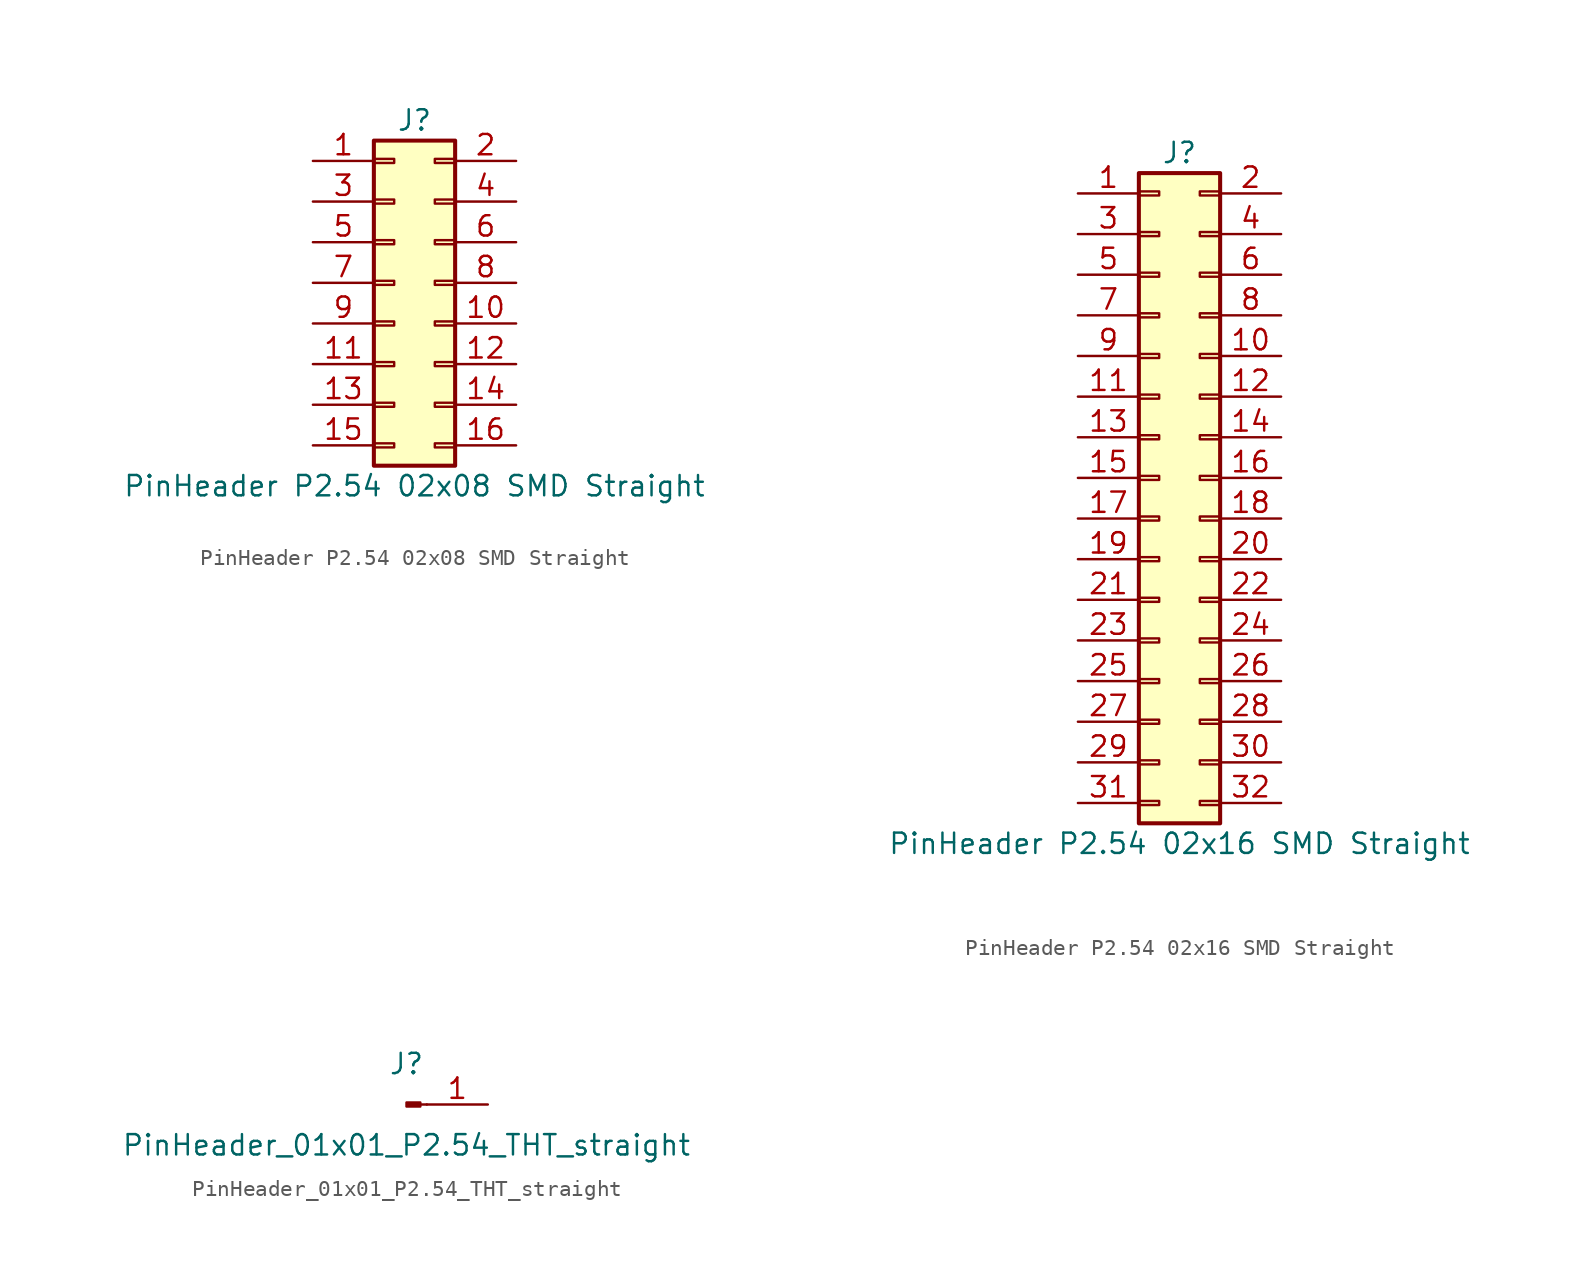
<source format=kicad_sym>
(kicad_symbol_lib
  (version 20231120)
  (generator "kicad_symbol_editor")
  (generator_version "8.0")
  (symbol "PinHeader P2.54 02x08 SMD Straight"
    (pin_names
      (offset 1.016) hide)
    (property "Reference" "J"
      (at 1.27 10.16 0)
      (effects (font (size 1.27 1.27))))
    (property "Value" "PinHeader P2.54 02x08 SMD Straight"
      (at 1.27 -12.7 0)
      (effects (font (size 1.27 1.27))))
    (symbol "PinHeader P2.54 02x08 SMD Straight_1_1"
      (rectangle (start -1.27 -10.033) (end 0 -10.287) (stroke (width 0.152) (type default)) (fill (type none)))
      (rectangle (start -1.27 -7.493) (end 0 -7.747) (stroke (width 0.152) (type default)) (fill (type none)))
      (rectangle (start -1.27 -4.953) (end 0 -5.207) (stroke (width 0.152) (type default)) (fill (type none)))
      (rectangle (start -1.27 -2.413) (end 0 -2.667) (stroke (width 0.152) (type default)) (fill (type none)))
      (rectangle (start -1.27 0.127) (end 0 -0.127) (stroke (width 0.152) (type default)) (fill (type none)))
      (rectangle (start -1.27 2.667) (end 0 2.413) (stroke (width 0.152) (type default)) (fill (type none)))
      (rectangle (start -1.27 5.207) (end 0 4.953) (stroke (width 0.152) (type default)) (fill (type none)))
      (rectangle (start -1.27 7.747) (end 0 7.493) (stroke (width 0.152) (type default)) (fill (type none)))
      (rectangle (start -1.27 8.89) (end 3.81 -11.43) (stroke (width 0.254) (type default)) (fill (type background)))
      (rectangle (start 3.81 -10.033) (end 2.54 -10.287) (stroke (width 0.152) (type default)) (fill (type none)))
      (rectangle (start 3.81 -7.493) (end 2.54 -7.747) (stroke (width 0.152) (type default)) (fill (type none)))
      (rectangle (start 3.81 -4.953) (end 2.54 -5.207) (stroke (width 0.152) (type default)) (fill (type none)))
      (rectangle (start 3.81 -2.413) (end 2.54 -2.667) (stroke (width 0.152) (type default)) (fill (type none)))
      (rectangle (start 3.81 0.127) (end 2.54 -0.127) (stroke (width 0.152) (type default)) (fill (type none)))
      (rectangle (start 3.81 2.667) (end 2.54 2.413) (stroke (width 0.152) (type default)) (fill (type none)))
      (rectangle (start 3.81 5.207) (end 2.54 4.953) (stroke (width 0.152) (type default)) (fill (type none)))
      (rectangle (start 3.81 7.747) (end 2.54 7.493) (stroke (width 0.152) (type default)) (fill (type none)))
      (pin passive line (at -5.08 7.62 0) (length 3.81) (name "Pin_1" (effects (font (size 1.27 1.27)))) (number "1" (effects (font (size 1.27 1.27)))))
      (pin passive line (at 7.62 -2.54 180) (length 3.81) (name "Pin_10" (effects (font (size 1.27 1.27)))) (number "10" (effects (font (size 1.27 1.27)))))
      (pin passive line (at -5.08 -5.08 0) (length 3.81) (name "Pin_11" (effects (font (size 1.27 1.27)))) (number "11" (effects (font (size 1.27 1.27)))))
      (pin passive line (at 7.62 -5.08 180) (length 3.81) (name "Pin_12" (effects (font (size 1.27 1.27)))) (number "12" (effects (font (size 1.27 1.27)))))
      (pin passive line (at -5.08 -7.62 0) (length 3.81) (name "Pin_13" (effects (font (size 1.27 1.27)))) (number "13" (effects (font (size 1.27 1.27)))))
      (pin passive line (at 7.62 -7.62 180) (length 3.81) (name "Pin_14" (effects (font (size 1.27 1.27)))) (number "14" (effects (font (size 1.27 1.27)))))
      (pin passive line (at -5.08 -10.16 0) (length 3.81) (name "Pin_15" (effects (font (size 1.27 1.27)))) (number "15" (effects (font (size 1.27 1.27)))))
      (pin passive line (at 7.62 -10.16 180) (length 3.81) (name "Pin_16" (effects (font (size 1.27 1.27)))) (number "16" (effects (font (size 1.27 1.27)))))
      (pin passive line (at 7.62 7.62 180) (length 3.81) (name "Pin_2" (effects (font (size 1.27 1.27)))) (number "2" (effects (font (size 1.27 1.27)))))
      (pin passive line (at -5.08 5.08 0) (length 3.81) (name "Pin_3" (effects (font (size 1.27 1.27)))) (number "3" (effects (font (size 1.27 1.27)))))
      (pin passive line (at 7.62 5.08 180) (length 3.81) (name "Pin_4" (effects (font (size 1.27 1.27)))) (number "4" (effects (font (size 1.27 1.27)))))
      (pin passive line (at -5.08 2.54 0) (length 3.81) (name "Pin_5" (effects (font (size 1.27 1.27)))) (number "5" (effects (font (size 1.27 1.27)))))
      (pin passive line (at 7.62 2.54 180) (length 3.81) (name "Pin_6" (effects (font (size 1.27 1.27)))) (number "6" (effects (font (size 1.27 1.27)))))
      (pin passive line (at -5.08 0 0) (length 3.81) (name "Pin_7" (effects (font (size 1.27 1.27)))) (number "7" (effects (font (size 1.27 1.27)))))
      (pin passive line (at 7.62 0 180) (length 3.81) (name "Pin_8" (effects (font (size 1.27 1.27)))) (number "8" (effects (font (size 1.27 1.27)))))
      (pin passive line (at -5.08 -2.54 0) (length 3.81) (name "Pin_9" (effects (font (size 1.27 1.27)))) (number "9" (effects (font (size 1.27 1.27)))))))
  (symbol "PinHeader P2.54 02x16 SMD Straight"
    (pin_names
      (offset 1.016) hide)
    (property "Reference" "J"
      (at 1.27 20.32 0)
      (effects (font (size 1.27 1.27))))
    (property "Value" "PinHeader P2.54 02x16 SMD Straight"
      (at 1.27 -22.86 0)
      (effects (font (size 1.27 1.27))))
    (symbol "PinHeader P2.54 02x16 SMD Straight_1_1"
      (rectangle (start -1.27 -20.193) (end 0 -20.447) (stroke (width 0.152) (type default)) (fill (type none)))
      (rectangle (start -1.27 -17.653) (end 0 -17.907) (stroke (width 0.152) (type default)) (fill (type none)))
      (rectangle (start -1.27 -15.113) (end 0 -15.367) (stroke (width 0.152) (type default)) (fill (type none)))
      (rectangle (start -1.27 -12.573) (end 0 -12.827) (stroke (width 0.152) (type default)) (fill (type none)))
      (rectangle (start -1.27 -10.033) (end 0 -10.287) (stroke (width 0.152) (type default)) (fill (type none)))
      (rectangle (start -1.27 -7.493) (end 0 -7.747) (stroke (width 0.152) (type default)) (fill (type none)))
      (rectangle (start -1.27 -4.953) (end 0 -5.207) (stroke (width 0.152) (type default)) (fill (type none)))
      (rectangle (start -1.27 -2.413) (end 0 -2.667) (stroke (width 0.152) (type default)) (fill (type none)))
      (rectangle (start -1.27 0.127) (end 0 -0.127) (stroke (width 0.152) (type default)) (fill (type none)))
      (rectangle (start -1.27 2.667) (end 0 2.413) (stroke (width 0.152) (type default)) (fill (type none)))
      (rectangle (start -1.27 5.207) (end 0 4.953) (stroke (width 0.152) (type default)) (fill (type none)))
      (rectangle (start -1.27 7.747) (end 0 7.493) (stroke (width 0.152) (type default)) (fill (type none)))
      (rectangle (start -1.27 10.287) (end 0 10.033) (stroke (width 0.152) (type default)) (fill (type none)))
      (rectangle (start -1.27 12.827) (end 0 12.573) (stroke (width 0.152) (type default)) (fill (type none)))
      (rectangle (start -1.27 15.367) (end 0 15.113) (stroke (width 0.152) (type default)) (fill (type none)))
      (rectangle (start -1.27 17.907) (end 0 17.653) (stroke (width 0.152) (type default)) (fill (type none)))
      (rectangle (start -1.27 19.05) (end 3.81 -21.59) (stroke (width 0.254) (type default)) (fill (type background)))
      (rectangle (start 3.81 -20.193) (end 2.54 -20.447) (stroke (width 0.152) (type default)) (fill (type none)))
      (rectangle (start 3.81 -17.653) (end 2.54 -17.907) (stroke (width 0.152) (type default)) (fill (type none)))
      (rectangle (start 3.81 -15.113) (end 2.54 -15.367) (stroke (width 0.152) (type default)) (fill (type none)))
      (rectangle (start 3.81 -12.573) (end 2.54 -12.827) (stroke (width 0.152) (type default)) (fill (type none)))
      (rectangle (start 3.81 -10.033) (end 2.54 -10.287) (stroke (width 0.152) (type default)) (fill (type none)))
      (rectangle (start 3.81 -7.493) (end 2.54 -7.747) (stroke (width 0.152) (type default)) (fill (type none)))
      (rectangle (start 3.81 -4.953) (end 2.54 -5.207) (stroke (width 0.152) (type default)) (fill (type none)))
      (rectangle (start 3.81 -2.413) (end 2.54 -2.667) (stroke (width 0.152) (type default)) (fill (type none)))
      (rectangle (start 3.81 0.127) (end 2.54 -0.127) (stroke (width 0.152) (type default)) (fill (type none)))
      (rectangle (start 3.81 2.667) (end 2.54 2.413) (stroke (width 0.152) (type default)) (fill (type none)))
      (rectangle (start 3.81 5.207) (end 2.54 4.953) (stroke (width 0.152) (type default)) (fill (type none)))
      (rectangle (start 3.81 7.747) (end 2.54 7.493) (stroke (width 0.152) (type default)) (fill (type none)))
      (rectangle (start 3.81 10.287) (end 2.54 10.033) (stroke (width 0.152) (type default)) (fill (type none)))
      (rectangle (start 3.81 12.827) (end 2.54 12.573) (stroke (width 0.152) (type default)) (fill (type none)))
      (rectangle (start 3.81 15.367) (end 2.54 15.113) (stroke (width 0.152) (type default)) (fill (type none)))
      (rectangle (start 3.81 17.907) (end 2.54 17.653) (stroke (width 0.152) (type default)) (fill (type none)))
      (pin passive line (at -5.08 17.78 0) (length 3.81) (name "Pin_1" (effects (font (size 1.27 1.27)))) (number "1" (effects (font (size 1.27 1.27)))))
      (pin passive line (at 7.62 7.62 180) (length 3.81) (name "Pin_10" (effects (font (size 1.27 1.27)))) (number "10" (effects (font (size 1.27 1.27)))))
      (pin passive line (at -5.08 5.08 0) (length 3.81) (name "Pin_11" (effects (font (size 1.27 1.27)))) (number "11" (effects (font (size 1.27 1.27)))))
      (pin passive line (at 7.62 5.08 180) (length 3.81) (name "Pin_12" (effects (font (size 1.27 1.27)))) (number "12" (effects (font (size 1.27 1.27)))))
      (pin passive line (at -5.08 2.54 0) (length 3.81) (name "Pin_13" (effects (font (size 1.27 1.27)))) (number "13" (effects (font (size 1.27 1.27)))))
      (pin passive line (at 7.62 2.54 180) (length 3.81) (name "Pin_14" (effects (font (size 1.27 1.27)))) (number "14" (effects (font (size 1.27 1.27)))))
      (pin passive line (at -5.08 0 0) (length 3.81) (name "Pin_15" (effects (font (size 1.27 1.27)))) (number "15" (effects (font (size 1.27 1.27)))))
      (pin passive line (at 7.62 0 180) (length 3.81) (name "Pin_16" (effects (font (size 1.27 1.27)))) (number "16" (effects (font (size 1.27 1.27)))))
      (pin passive line (at -5.08 -2.54 0) (length 3.81) (name "Pin_17" (effects (font (size 1.27 1.27)))) (number "17" (effects (font (size 1.27 1.27)))))
      (pin passive line (at 7.62 -2.54 180) (length 3.81) (name "Pin_18" (effects (font (size 1.27 1.27)))) (number "18" (effects (font (size 1.27 1.27)))))
      (pin passive line (at -5.08 -5.08 0) (length 3.81) (name "Pin_19" (effects (font (size 1.27 1.27)))) (number "19" (effects (font (size 1.27 1.27)))))
      (pin passive line (at 7.62 17.78 180) (length 3.81) (name "Pin_2" (effects (font (size 1.27 1.27)))) (number "2" (effects (font (size 1.27 1.27)))))
      (pin passive line (at 7.62 -5.08 180) (length 3.81) (name "Pin_20" (effects (font (size 1.27 1.27)))) (number "20" (effects (font (size 1.27 1.27)))))
      (pin passive line (at -5.08 -7.62 0) (length 3.81) (name "Pin_21" (effects (font (size 1.27 1.27)))) (number "21" (effects (font (size 1.27 1.27)))))
      (pin passive line (at 7.62 -7.62 180) (length 3.81) (name "Pin_22" (effects (font (size 1.27 1.27)))) (number "22" (effects (font (size 1.27 1.27)))))
      (pin passive line (at -5.08 -10.16 0) (length 3.81) (name "Pin_23" (effects (font (size 1.27 1.27)))) (number "23" (effects (font (size 1.27 1.27)))))
      (pin passive line (at 7.62 -10.16 180) (length 3.81) (name "Pin_24" (effects (font (size 1.27 1.27)))) (number "24" (effects (font (size 1.27 1.27)))))
      (pin passive line (at -5.08 -12.7 0) (length 3.81) (name "Pin_25" (effects (font (size 1.27 1.27)))) (number "25" (effects (font (size 1.27 1.27)))))
      (pin passive line (at 7.62 -12.7 180) (length 3.81) (name "Pin_26" (effects (font (size 1.27 1.27)))) (number "26" (effects (font (size 1.27 1.27)))))
      (pin passive line (at -5.08 -15.24 0) (length 3.81) (name "Pin_27" (effects (font (size 1.27 1.27)))) (number "27" (effects (font (size 1.27 1.27)))))
      (pin passive line (at 7.62 -15.24 180) (length 3.81) (name "Pin_28" (effects (font (size 1.27 1.27)))) (number "28" (effects (font (size 1.27 1.27)))))
      (pin passive line (at -5.08 -17.78 0) (length 3.81) (name "Pin_29" (effects (font (size 1.27 1.27)))) (number "29" (effects (font (size 1.27 1.27)))))
      (pin passive line (at -5.08 15.24 0) (length 3.81) (name "Pin_3" (effects (font (size 1.27 1.27)))) (number "3" (effects (font (size 1.27 1.27)))))
      (pin passive line (at 7.62 -17.78 180) (length 3.81) (name "Pin_30" (effects (font (size 1.27 1.27)))) (number "30" (effects (font (size 1.27 1.27)))))
      (pin passive line (at -5.08 -20.32 0) (length 3.81) (name "Pin_31" (effects (font (size 1.27 1.27)))) (number "31" (effects (font (size 1.27 1.27)))))
      (pin passive line (at 7.62 -20.32 180) (length 3.81) (name "Pin_32" (effects (font (size 1.27 1.27)))) (number "32" (effects (font (size 1.27 1.27)))))
      (pin passive line (at 7.62 15.24 180) (length 3.81) (name "Pin_4" (effects (font (size 1.27 1.27)))) (number "4" (effects (font (size 1.27 1.27)))))
      (pin passive line (at -5.08 12.7 0) (length 3.81) (name "Pin_5" (effects (font (size 1.27 1.27)))) (number "5" (effects (font (size 1.27 1.27)))))
      (pin passive line (at 7.62 12.7 180) (length 3.81) (name "Pin_6" (effects (font (size 1.27 1.27)))) (number "6" (effects (font (size 1.27 1.27)))))
      (pin passive line (at -5.08 10.16 0) (length 3.81) (name "Pin_7" (effects (font (size 1.27 1.27)))) (number "7" (effects (font (size 1.27 1.27)))))
      (pin passive line (at 7.62 10.16 180) (length 3.81) (name "Pin_8" (effects (font (size 1.27 1.27)))) (number "8" (effects (font (size 1.27 1.27)))))
      (pin passive line (at -5.08 7.62 0) (length 3.81) (name "Pin_9" (effects (font (size 1.27 1.27)))) (number "9" (effects (font (size 1.27 1.27)))))))
  (symbol "PinHeader_01x01_P2.54_THT_straight"
    (pin_names
      (offset 1.016) hide)
    (property "Reference" "J"
      (at 0 2.54 0)
      (effects (font (size 1.27 1.27))))
    (property "Value" "PinHeader_01x01_P2.54_THT_straight"
      (at 0 -2.54 0)
      (effects (font (size 1.27 1.27))))
    (symbol "PinHeader_01x01_P2.54_THT_straight_1_1"
      (polyline (pts (xy 1.27 0) (xy 0.864 0)) (stroke (width 0.152) (type default)) (fill (type none)))
      (rectangle (start 0.864 0.127) (end 0 -0.127) (stroke (width 0.152) (type default)) (fill (type outline)))
      (pin passive line (at 5.08 0 180) (length 3.81) (name "Pin_1" (effects (font (size 1.27 1.27)))) (number "1" (effects (font (size 1.27 1.27))))))))
</source>
